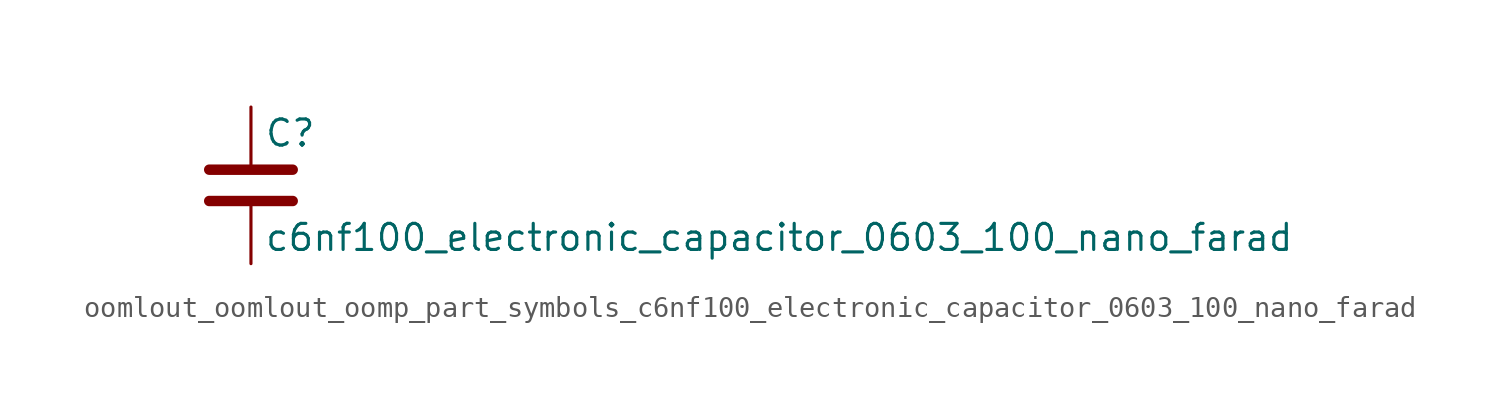
<source format=kicad_sym>
(kicad_symbol_lib
  (version 20220914)
  (generator kicad_symbol_editor)
  (symbol "oomlout_oomlout_oomp_part_symbols_c6nf100_electronic_capacitor_0603_100_nano_farad"
    (pin_numbers hide)
    (pin_names
      (offset 0.254))
    (property "Reference" "C"
      (at 0.635 2.54 0)
      (effects (font (size 1.27 1.27)) (justify left)))
    (property "Value" "c6nf100_electronic_capacitor_0603_100_nano_farad"
      (at 0.635 -2.54 0)
      (effects (font (size 1.27 1.27)) (justify left)))
    (symbol "oomlout_oomlout_oomp_part_symbols_c6nf100_electronic_capacitor_0603_100_nano_farad_0_1"
      (polyline (pts (xy -2.032 -0.762) (xy 2.032 -0.762)) (stroke (width 0.508) (type default)) (fill (type none)))
      (polyline (pts (xy -2.032 0.762) (xy 2.032 0.762)) (stroke (width 0.508) (type default)) (fill (type none))))
    (symbol "oomlout_oomlout_oomp_part_symbols_c6nf100_electronic_capacitor_0603_100_nano_farad_1_1"
      (pin passive line (at 0 3.81 270) (length 2.794) (name "~" (effects (font (size 1.27 1.27)))) (number "1" (effects (font (size 1.27 1.27)))))
      (pin passive line (at 0 -3.81 90) (length 2.794) (name "~" (effects (font (size 1.27 1.27)))) (number "2" (effects (font (size 1.27 1.27))))))))
</source>
